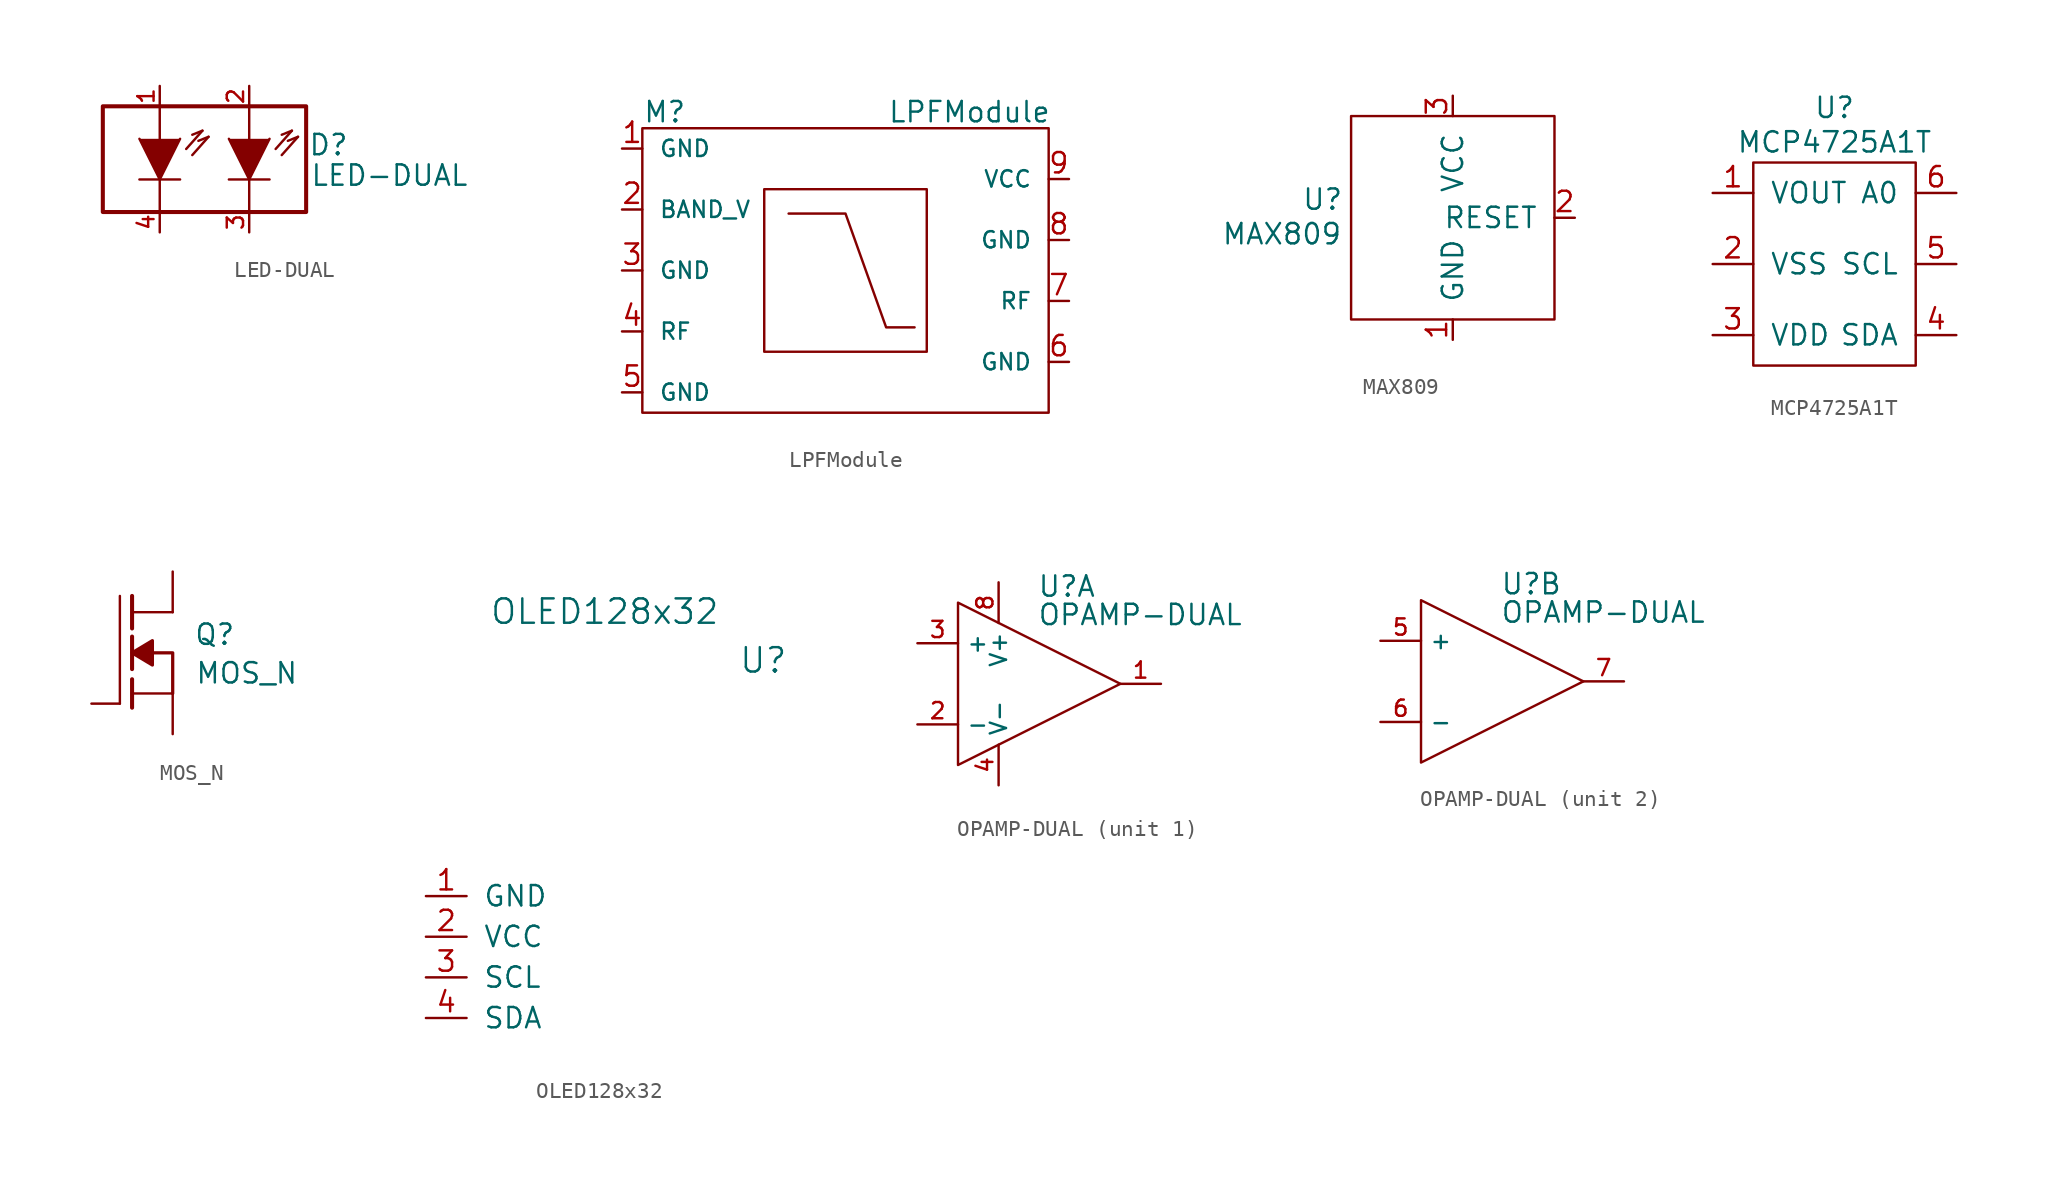
<source format=kicad_sym>
(kicad_symbol_lib
  (version 20220914)
  (generator kicad_symbol_editor)
  (symbol "LED-DUAL"
    (pin_names
      (offset 1.016) hide)
    (property "Reference" "D"
      (at 7.747 0.889 0)
      (effects (font (size 1.27 1.27))))
    (property "Value" "LED-DUAL"
      (at 11.557 -1.016 0)
      (effects (font (size 1.27 1.27))))
    (property "Footprint" ""
      (at 0 0 0)
      (effects (font (size 1.524 1.524))))
    (property "Datasheet" ""
      (at 0 0 0)
      (effects (font (size 1.524 1.524))))
    (symbol "LED-DUAL_0_1"
      (polyline (pts (xy -2.794 -1.27) (xy -2.794 -3.302)) (stroke (width 0) (type solid)) (fill (type none)))
      (polyline (pts (xy -2.794 3.302) (xy -2.794 1.27)) (stroke (width 0) (type solid)) (fill (type none)))
      (polyline (pts (xy -1.524 -1.27) (xy -4.064 -1.27)) (stroke (width 0) (type solid)) (fill (type none)))
      (polyline (pts (xy -0.127 1.778) (xy -1.143 0.635)) (stroke (width 0) (type solid)) (fill (type none)))
      (polyline (pts (xy -0.127 1.778) (xy -0.762 1.524)) (stroke (width 0) (type solid)) (fill (type none)))
      (polyline (pts (xy 0.254 1.397) (xy -0.762 0.254)) (stroke (width 0) (type solid)) (fill (type none)))
      (polyline (pts (xy 0.254 1.397) (xy -0.381 1.143)) (stroke (width 0) (type solid)) (fill (type none)))
      (polyline (pts (xy 2.794 -3.302) (xy 2.794 -1.27)) (stroke (width 0) (type solid)) (fill (type none)))
      (polyline (pts (xy 2.794 3.302) (xy 2.794 1.27)) (stroke (width 0) (type solid)) (fill (type none)))
      (polyline (pts (xy 4.064 -1.27) (xy 1.524 -1.27)) (stroke (width 0) (type solid)) (fill (type none)))
      (polyline (pts (xy 5.461 1.778) (xy 4.445 0.635)) (stroke (width 0) (type solid)) (fill (type none)))
      (polyline (pts (xy 5.461 1.778) (xy 4.826 1.524)) (stroke (width 0) (type solid)) (fill (type none)))
      (polyline (pts (xy 5.842 1.397) (xy 4.826 0.254)) (stroke (width 0) (type solid)) (fill (type none)))
      (polyline (pts (xy 5.842 1.397) (xy 5.207 1.143)) (stroke (width 0) (type solid)) (fill (type none)))
      (polyline (pts (xy -1.524 1.27) (xy -2.794 -1.27) (xy -4.064 1.27)) (stroke (width 0) (type solid)) (fill (type outline)))
      (polyline (pts (xy 4.064 1.27) (xy 2.794 -1.27) (xy 1.524 1.27)) (stroke (width 0) (type solid)) (fill (type outline)))
      (rectangle (start 6.35 3.302) (end -6.35 -3.302) (stroke (width 0.254) (type solid)) (fill (type none))))
    (symbol "LED-DUAL_1_1"
      (pin passive line (at -2.794 4.572 270) (length 1.27) (name "A" (effects (font (size 1.016 1.016)))) (number "1" (effects (font (size 1.016 1.016)))))
      (pin passive line (at 2.794 4.572 270) (length 1.27) (name "A" (effects (font (size 1.016 1.016)))) (number "2" (effects (font (size 1.016 1.016)))))
      (pin passive line (at 2.794 -4.572 90) (length 1.27) (name "K" (effects (font (size 1.016 1.016)))) (number "3" (effects (font (size 1.016 1.016)))))
      (pin passive line (at -2.794 -4.572 90) (length 1.27) (name "K" (effects (font (size 1.016 1.016)))) (number "4" (effects (font (size 1.016 1.016)))))))
  (symbol "LPFModule"
    (pin_names
      (offset 1.016))
    (property "Reference" "M"
      (at -11.303 9.906 0)
      (effects (font (size 1.27 1.27))))
    (property "Value" "LPFModule"
      (at 7.747 9.906 0)
      (effects (font (size 1.27 1.27))))
    (property "Footprint" ""
      (at 0 0 0)
      (effects (font (size 1.778 1.778))))
    (property "Datasheet" ""
      (at 0 0 0)
      (effects (font (size 1.778 1.778))))
    (symbol "LPFModule_0_1"
      (rectangle (start -12.7 -8.89) (end 12.7 8.89) (stroke (width 0) (type solid)) (fill (type none)))
      (rectangle (start -5.08 5.08) (end 5.08 -5.08) (stroke (width 0) (type solid)) (fill (type none)))
      (polyline (pts (xy -3.556 3.556) (xy 0 3.556) (xy 2.54 -3.556) (xy 4.318 -3.556)) (stroke (width 0) (type solid)) (fill (type none)))
      (pin passive line (at -13.97 7.62 0) (length 1.27) (name "GND" (effects (font (size 1.016 1.016)))) (number "1" (effects (font (size 1.27 1.27)))))
      (pin passive line (at -13.97 3.81 0) (length 1.27) (name "BAND_V" (effects (font (size 1.016 1.016)))) (number "2" (effects (font (size 1.27 1.27)))))
      (pin passive line (at -13.97 0 0) (length 1.27) (name "GND" (effects (font (size 1.016 1.016)))) (number "3" (effects (font (size 1.27 1.27)))))
      (pin passive line (at -13.97 -7.62 0) (length 1.27) (name "GND" (effects (font (size 1.016 1.016)))) (number "5" (effects (font (size 1.27 1.27)))))
      (pin passive line (at 13.97 -5.715 180) (length 1.27) (name "GND" (effects (font (size 1.016 1.016)))) (number "6" (effects (font (size 1.27 1.27)))))
      (pin passive line (at 13.97 -1.905 180) (length 1.27) (name "RF" (effects (font (size 1.016 1.016)))) (number "7" (effects (font (size 1.27 1.27)))))
      (pin passive line (at 13.97 1.905 180) (length 1.27) (name "GND" (effects (font (size 1.016 1.016)))) (number "8" (effects (font (size 1.27 1.27)))))
      (pin passive line (at 13.97 5.715 180) (length 1.27) (name "VCC" (effects (font (size 1.016 1.016)))) (number "9" (effects (font (size 1.27 1.27))))))
    (symbol "LPFModule_1_1"
      (pin passive line (at -13.97 -3.81 0) (length 1.27) (name "RF" (effects (font (size 1.016 1.016)))) (number "4" (effects (font (size 1.27 1.27)))))))
  (symbol "MAX809"
    (pin_names
      (offset 1.016))
    (property "Reference" "U"
      (at -8.128 1.143 0)
      (effects (font (size 1.27 1.27))))
    (property "Value" "MAX809"
      (at -10.668 -1.016 0)
      (effects (font (size 1.27 1.27))))
    (property "Footprint" ""
      (at 0 0 0)
      (effects (font (size 1.27 1.27))))
    (property "Datasheet" ""
      (at 0 0 0)
      (effects (font (size 1.27 1.27))))
    (symbol "MAX809_0_1"
      (rectangle (start 6.35 6.35) (end -6.35 -6.35) (stroke (width 0) (type solid)) (fill (type none))))
    (symbol "MAX809_1_1"
      (pin passive line (at 0 -7.62 90) (length 1.27) (name "GND" (effects (font (size 1.27 1.27)))) (number "1" (effects (font (size 1.27 1.27)))))
      (pin passive line (at 7.62 0 180) (length 1.27) (name "RESET" (effects (font (size 1.27 1.27)))) (number "2" (effects (font (size 1.27 1.27)))))
      (pin passive line (at 0 7.62 270) (length 1.27) (name "VCC" (effects (font (size 1.27 1.27)))) (number "3" (effects (font (size 1.27 1.27)))))))
  (symbol "MCP4725A1T"
    (pin_names
      (offset 1.016))
    (property "Reference" "U"
      (at 0 9.779 0)
      (effects (font (size 1.27 1.27))))
    (property "Value" "MCP4725A1T"
      (at 0 7.62 0)
      (effects (font (size 1.27 1.27))))
    (property "Footprint" ""
      (at 0 0 0)
      (effects (font (size 1.524 1.524))))
    (property "Datasheet" ""
      (at 0 0 0)
      (effects (font (size 1.524 1.524))))
    (symbol "MCP4725A1T_0_1"
      (rectangle (start -5.08 6.35) (end 5.08 -6.35) (stroke (width 0) (type solid)) (fill (type none))))
    (symbol "MCP4725A1T_1_1"
      (pin passive line (at -7.62 4.445 0) (length 2.54) (name "VOUT" (effects (font (size 1.27 1.27)))) (number "1" (effects (font (size 1.27 1.27)))))
      (pin passive line (at -7.62 0 0) (length 2.54) (name "VSS" (effects (font (size 1.27 1.27)))) (number "2" (effects (font (size 1.27 1.27)))))
      (pin passive line (at -7.62 -4.445 0) (length 2.54) (name "VDD" (effects (font (size 1.27 1.27)))) (number "3" (effects (font (size 1.27 1.27)))))
      (pin passive line (at 7.62 -4.445 180) (length 2.54) (name "SDA" (effects (font (size 1.27 1.27)))) (number "4" (effects (font (size 1.27 1.27)))))
      (pin passive line (at 7.62 0 180) (length 2.54) (name "SCL" (effects (font (size 1.27 1.27)))) (number "5" (effects (font (size 1.27 1.27)))))
      (pin passive line (at 7.62 4.445 180) (length 2.54) (name "A0" (effects (font (size 1.27 1.27)))) (number "6" (effects (font (size 1.27 1.27)))))))
  (symbol "MOS_N"
    (pin_numbers hide)
    (pin_names
      (offset 0) hide)
    (property "Reference" "Q"
      (at 6.477 1.143 0)
      (effects (font (size 1.27 1.27)) (justify right)))
    (property "Value" "MOS_N"
      (at 10.414 -1.27 0)
      (effects (font (size 1.27 1.27)) (justify right)))
    (property "Footprint" ""
      (at 0 0 0)
      (effects (font (size 1.524 1.524))))
    (property "Datasheet" ""
      (at 0 0 0)
      (effects (font (size 1.524 1.524))))
    (symbol "MOS_N_0_1"
      (polyline (pts (xy -0.762 -3.175) (xy -0.762 3.556)) (stroke (width 0.152) (type solid)) (fill (type none)))
      (polyline (pts (xy 0 -3.429) (xy 0 -1.651)) (stroke (width 0.254) (type solid)) (fill (type none)))
      (polyline (pts (xy 0 -1.016) (xy 0 1.016)) (stroke (width 0.254) (type solid)) (fill (type none)))
      (polyline (pts (xy 0 1.524) (xy 0 3.556)) (stroke (width 0.254) (type solid)) (fill (type none)))
      (polyline (pts (xy 2.54 -2.54) (xy 0 -2.54)) (stroke (width 0) (type solid)) (fill (type none)))
      (polyline (pts (xy 2.54 2.54) (xy 0 2.54)) (stroke (width 0) (type solid)) (fill (type none)))
      (polyline (pts (xy 2.54 -2.54) (xy 2.54 0) (xy 1.27 0)) (stroke (width 0.203) (type solid)) (fill (type none)))
      (polyline (pts (xy 1.27 0.762) (xy 1.27 -0.762) (xy 0 0) (xy 1.27 0.762) (xy 1.27 0.762)) (stroke (width 0.203) (type solid)) (fill (type outline))))
    (symbol "MOS_N_1_1"
      (pin passive line (at 2.54 -5.08 90) (length 2.54) (name "S" (effects (font (size 1.016 1.016)))) (number "1" (effects (font (size 1.016 1.016)))))
      (pin input line (at -2.54 -3.175 0) (length 1.778) (name "G" (effects (font (size 1.016 1.016)))) (number "2" (effects (font (size 1.016 1.016)))))
      (pin passive line (at 2.54 5.08 270) (length 2.54) (name "D" (effects (font (size 1.016 1.016)))) (number "3" (effects (font (size 1.016 1.016)))))))
  (symbol "OLED128x32"
    (pin_names
      (offset 1.016))
    (property "Reference" "U"
      (at 18.542 18.542 0)
      (effects (font (size 1.524 1.524))))
    (property "Value" "OLED128x32"
      (at 8.636 21.59 0)
      (effects (font (size 1.524 1.524))))
    (symbol "OLED128x32_1_1"
      (pin passive line (at -2.54 3.81 0) (length 2.54) (name "GND" (effects (font (size 1.27 1.27)))) (number "1" (effects (font (size 1.27 1.27)))))
      (pin passive line (at -2.54 1.27 0) (length 2.54) (name "VCC" (effects (font (size 1.27 1.27)))) (number "2" (effects (font (size 1.27 1.27)))))
      (pin passive line (at -2.54 -1.27 0) (length 2.54) (name "SCL" (effects (font (size 1.27 1.27)))) (number "3" (effects (font (size 1.27 1.27)))))
      (pin passive line (at -2.54 -3.81 0) (length 2.54) (name "SDA" (effects (font (size 1.27 1.27)))) (number "4" (effects (font (size 1.27 1.27)))))))
  (symbol "OPAMP-DUAL"
    (property "Reference" "U"
      (at -0.127 6.096 0)
      (effects (font (size 1.27 1.27)) (justify left)))
    (property "Value" "OPAMP-DUAL"
      (at -0.127 4.318 0)
      (effects (font (size 1.27 1.27)) (justify left)))
    (property "Footprint" ""
      (at 0 0 0)
      (effects (font (size 1.524 1.524))))
    (property "Datasheet" ""
      (at 0 0 0)
      (effects (font (size 1.524 1.524))))
    (symbol "OPAMP-DUAL_0_1"
      (polyline (pts (xy -5.08 5.08) (xy 5.08 0) (xy -5.08 -5.08) (xy -5.08 5.08)) (stroke (width 0.152) (type solid)) (fill (type none))))
    (symbol "OPAMP-DUAL_1_1"
      (pin output line (at 7.62 0 180) (length 2.54) (name "~" (effects (font (size 1.016 1.016)))) (number "1" (effects (font (size 1.016 1.016)))))
      (pin input line (at -7.62 -2.54 0) (length 2.54) (name "-" (effects (font (size 1.016 1.016)))) (number "2" (effects (font (size 1.016 1.016)))))
      (pin input line (at -7.62 2.54 0) (length 2.54) (name "+" (effects (font (size 1.016 1.016)))) (number "3" (effects (font (size 1.016 1.016)))))
      (pin power_in line (at -2.54 -6.35 90) (length 2.54) (name "V-" (effects (font (size 1.016 1.016)))) (number "4" (effects (font (size 1.016 1.016)))))
      (pin power_in line (at -2.54 6.35 270) (length 2.54) (name "V+" (effects (font (size 1.016 1.016)))) (number "8" (effects (font (size 1.016 1.016))))))
    (symbol "OPAMP-DUAL_2_1"
      (pin input line (at -7.62 2.54 0) (length 2.54) (name "+" (effects (font (size 1.016 1.016)))) (number "5" (effects (font (size 1.016 1.016)))))
      (pin input line (at -7.62 -2.54 0) (length 2.54) (name "-" (effects (font (size 1.016 1.016)))) (number "6" (effects (font (size 1.016 1.016)))))
      (pin power_in line (at 7.62 0 180) (length 2.54) (name "~" (effects (font (size 1.016 1.016)))) (number "7" (effects (font (size 1.016 1.016))))))))
</source>
